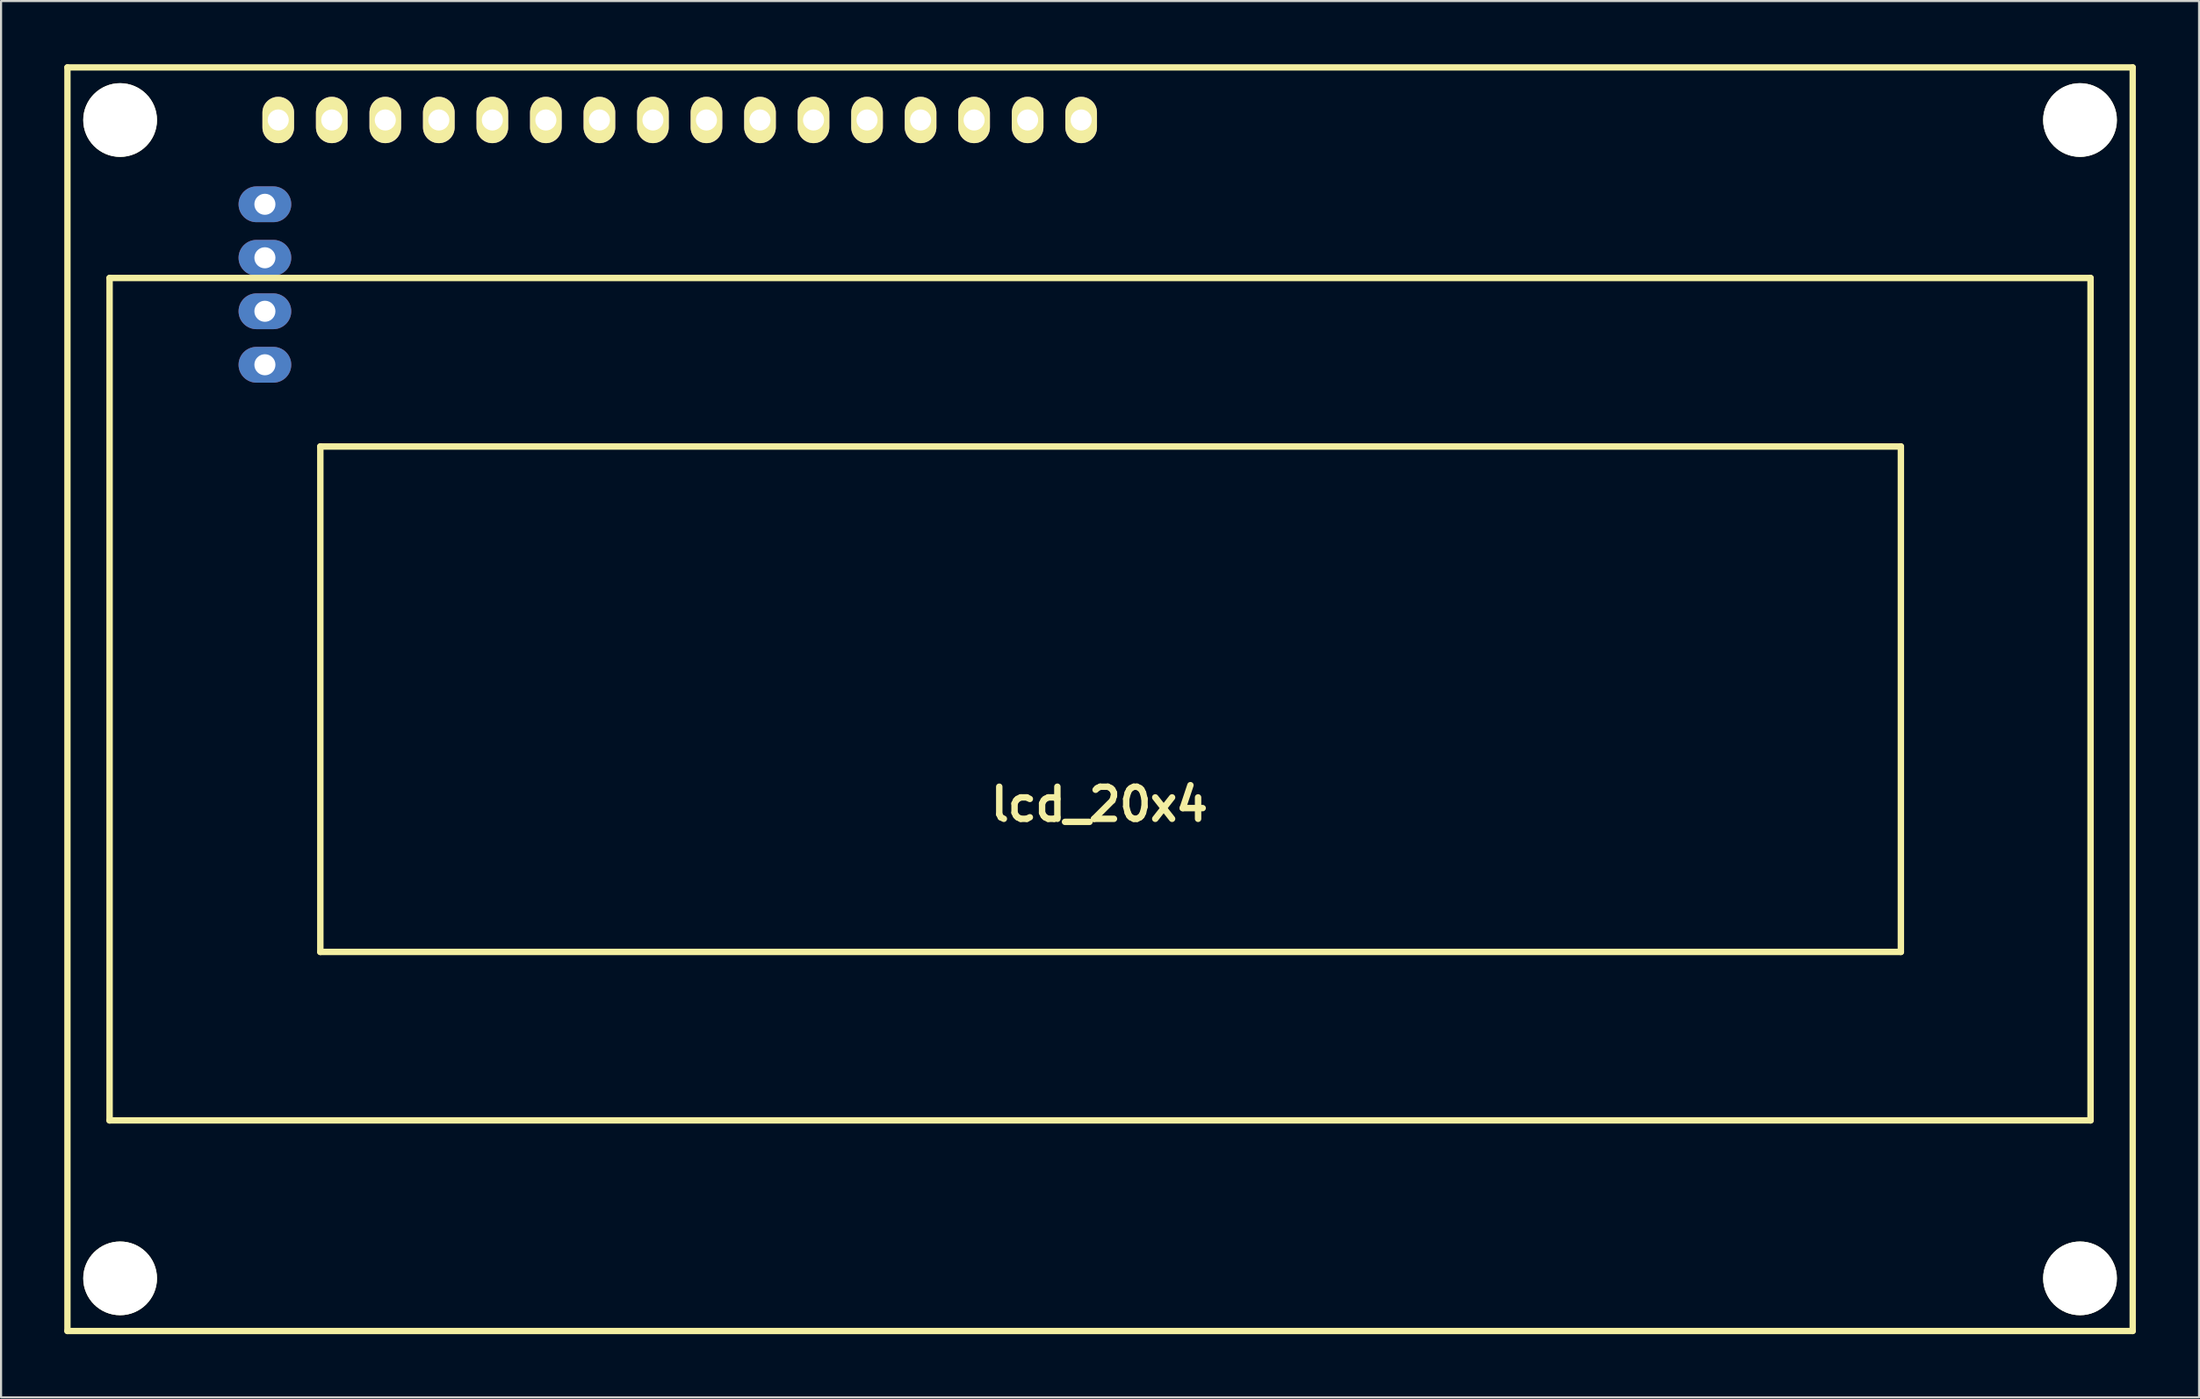
<source format=kicad_pcb>
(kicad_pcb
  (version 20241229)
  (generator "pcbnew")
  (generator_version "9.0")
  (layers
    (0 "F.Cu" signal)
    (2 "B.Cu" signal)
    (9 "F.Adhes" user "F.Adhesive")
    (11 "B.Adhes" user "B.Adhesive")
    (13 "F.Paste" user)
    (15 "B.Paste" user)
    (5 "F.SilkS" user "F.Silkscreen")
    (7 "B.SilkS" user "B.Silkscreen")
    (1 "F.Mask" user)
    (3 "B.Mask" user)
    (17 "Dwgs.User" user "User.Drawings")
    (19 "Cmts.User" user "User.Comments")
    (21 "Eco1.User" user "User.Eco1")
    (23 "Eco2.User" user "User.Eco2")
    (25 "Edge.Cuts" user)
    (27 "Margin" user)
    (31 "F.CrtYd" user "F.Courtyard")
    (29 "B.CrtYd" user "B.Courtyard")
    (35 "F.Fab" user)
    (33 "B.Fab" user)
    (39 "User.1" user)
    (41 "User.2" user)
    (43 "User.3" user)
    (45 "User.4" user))
  (footprint "lcd_20x4"
    (layer "F.Cu")
    (at 49.15 30.15)
    (property "Reference" "lcd_20x4" (at -0.03 4.99 0) (layer "F.SilkS") (effects (font (size 1.524 1.524) (thickness 0.305))))
    (attr through_hole)
    (fp_line (start -49 -30) (end 49 -30) (stroke (width 0.3) (type solid)) (layer "F.SilkS"))
    (fp_line (start -49 30) (end -49 -30) (stroke (width 0.3) (type solid)) (layer "F.SilkS"))
    (fp_line (start -47 -20) (end 47 -20) (stroke (width 0.305) (type solid)) (layer "F.SilkS"))
    (fp_line (start -47 20) (end -47 -20) (stroke (width 0.305) (type solid)) (layer "F.SilkS"))
    (fp_line (start -37 -12) (end -37 12) (stroke (width 0.305) (type solid)) (layer "F.SilkS"))
    (fp_line (start -37 12) (end 38 12) (stroke (width 0.305) (type solid)) (layer "F.SilkS"))
    (fp_line (start 38 -12) (end -37 -12) (stroke (width 0.305) (type solid)) (layer "F.SilkS"))
    (fp_line (start 38 12) (end 38 -12) (stroke (width 0.305) (type solid)) (layer "F.SilkS"))
    (fp_line (start 47 -20) (end 47 20) (stroke (width 0.305) (type solid)) (layer "F.SilkS"))
    (fp_line (start 47 20) (end -47 20) (stroke (width 0.305) (type solid)) (layer "F.SilkS"))
    (fp_line (start 49 -30) (end 49 30) (stroke (width 0.3) (type solid)) (layer "F.SilkS"))
    (fp_line (start 49 30) (end -49 30) (stroke (width 0.3) (type solid)) (layer "F.SilkS"))
    (pad "" np_thru_hole circle (at -46.5 -27.5) (size 3.5 3.5) (drill 3.5) (layers "*.Cu" "*.Mask" "F.SilkS"))
    (pad "" np_thru_hole circle (at -46.5 27.5) (size 3.5 3.5) (drill 3.5) (layers "*.Cu" "*.Mask" "F.SilkS"))
    (pad "" np_thru_hole circle (at 46.5 -27.5) (size 3.5 3.5) (drill 3.5) (layers "*.Cu" "*.Mask" "F.SilkS"))
    (pad "" np_thru_hole circle (at 46.5 27.5) (size 3.5 3.5) (drill 3.5) (layers "*.Cu" "*.Mask" "F.SilkS"))
    (pad "1" thru_hole oval (at -38.997 -27.503) (size 1.5 2.2) (drill 1) (layers "*.Cu" "*.Mask" "F.SilkS"))
    (pad "2" thru_hole oval (at -36.457 -27.503) (size 1.5 2.2) (drill 1) (layers "*.Cu" "*.Mask" "F.SilkS"))
    (pad "3" thru_hole oval (at -33.917 -27.503) (size 1.5 2.2) (drill 1) (layers "*.Cu" "*.Mask" "F.SilkS"))
    (pad "4" thru_hole oval (at -31.377 -27.503) (size 1.5 2.2) (drill 1) (layers "*.Cu" "*.Mask" "F.SilkS"))
    (pad "5" thru_hole oval (at -28.837 -27.503) (size 1.5 2.2) (drill 1) (layers "*.Cu" "*.Mask" "F.SilkS"))
    (pad "6" thru_hole oval (at -26.297 -27.503) (size 1.5 2.2) (drill 1) (layers "*.Cu" "*.Mask" "F.SilkS"))
    (pad "7" thru_hole oval (at -23.757 -27.503) (size 1.5 2.2) (drill 1) (layers "*.Cu" "*.Mask" "F.SilkS"))
    (pad "8" thru_hole oval (at -21.217 -27.503) (size 1.5 2.2) (drill 1) (layers "*.Cu" "*.Mask" "F.SilkS"))
    (pad "9" thru_hole oval (at -18.677 -27.503) (size 1.5 2.2) (drill 1) (layers "*.Cu" "*.Mask" "F.SilkS"))
    (pad "10" thru_hole oval (at -16.137 -27.503) (size 1.5 2.2) (drill 1) (layers "*.Cu" "*.Mask" "F.SilkS"))
    (pad "11" thru_hole oval (at -13.597 -27.503) (size 1.5 2.2) (drill 1) (layers "*.Cu" "*.Mask" "F.SilkS"))
    (pad "12" thru_hole oval (at -11.057 -27.503) (size 1.5 2.2) (drill 1) (layers "*.Cu" "*.Mask" "F.SilkS"))
    (pad "13" thru_hole oval (at -8.517 -27.503) (size 1.5 2.2) (drill 1) (layers "*.Cu" "*.Mask" "F.SilkS"))
    (pad "14" thru_hole oval (at -5.977 -27.503) (size 1.5 2.2) (drill 1) (layers "*.Cu" "*.Mask" "F.SilkS"))
    (pad "15" thru_hole oval (at -3.437 -27.503) (size 1.5 2.2) (drill 1) (layers "*.Cu" "*.Mask" "F.SilkS"))
    (pad "16" thru_hole oval (at -0.897 -27.503) (size 1.5 2.2) (drill 1) (layers "*.Cu" "*.Mask" "F.SilkS"))
    (pad "17" thru_hole oval (at -39.63 -23.5) (size 2.5 1.7) (drill 1) (layers "*.Cu" "*.Mask"))
    (pad "18" thru_hole oval (at -39.63 -20.96) (size 2.5 1.7) (drill 1) (layers "*.Cu" "*.Mask"))
    (pad "19" thru_hole oval (at -39.63 -18.42) (size 2.5 1.7) (drill 1) (layers "*.Cu" "*.Mask"))
    (pad "20" thru_hole oval (at -39.63 -15.88) (size 2.5 1.7) (drill 1) (layers "*.Cu" "*.Mask")))
  (gr_rect
    (start -3 -3)
    (end 101.3 63.3)
    (stroke (width 0.1) (type default))
    (fill no)
    (layer "Edge.Cuts")))
</source>
